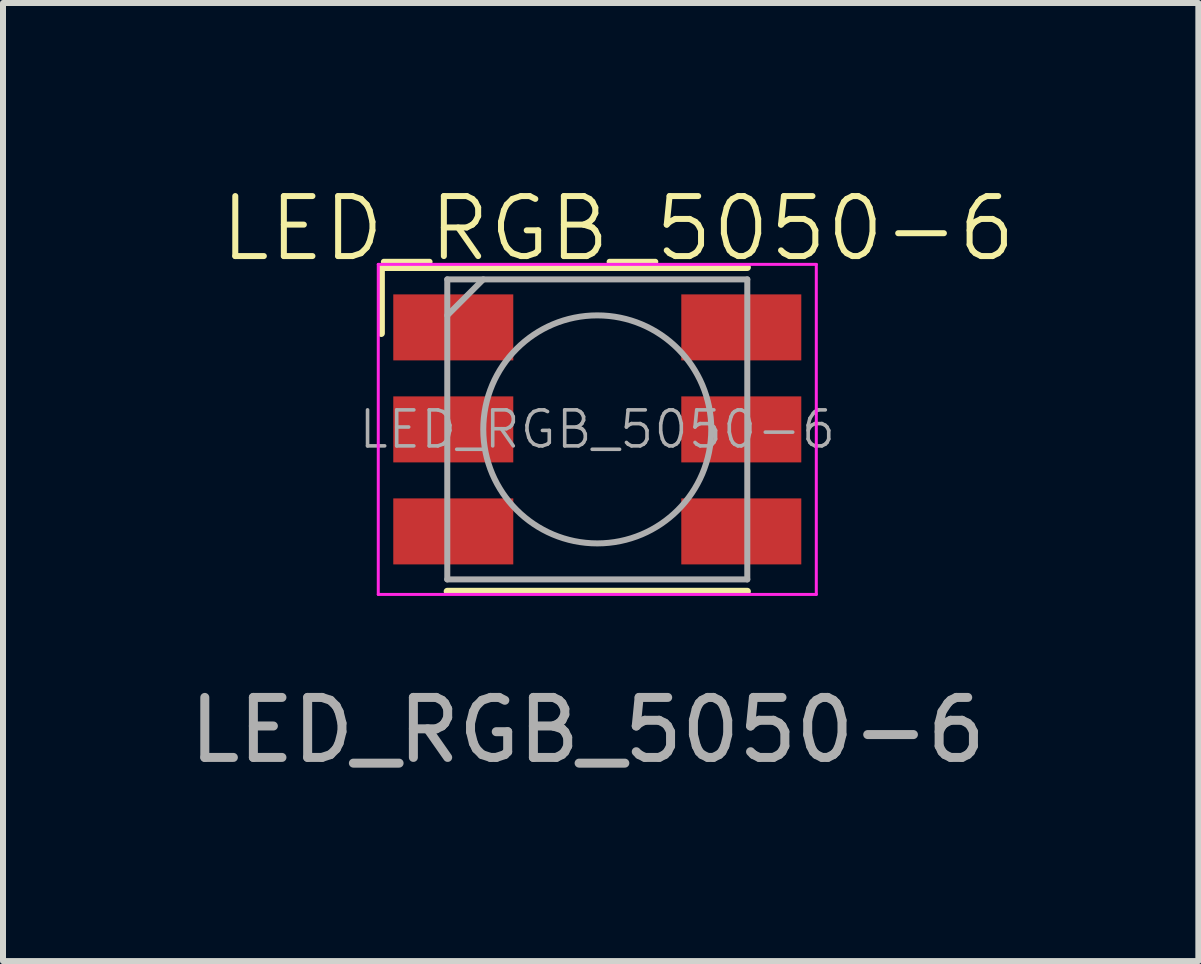
<source format=kicad_pcb>
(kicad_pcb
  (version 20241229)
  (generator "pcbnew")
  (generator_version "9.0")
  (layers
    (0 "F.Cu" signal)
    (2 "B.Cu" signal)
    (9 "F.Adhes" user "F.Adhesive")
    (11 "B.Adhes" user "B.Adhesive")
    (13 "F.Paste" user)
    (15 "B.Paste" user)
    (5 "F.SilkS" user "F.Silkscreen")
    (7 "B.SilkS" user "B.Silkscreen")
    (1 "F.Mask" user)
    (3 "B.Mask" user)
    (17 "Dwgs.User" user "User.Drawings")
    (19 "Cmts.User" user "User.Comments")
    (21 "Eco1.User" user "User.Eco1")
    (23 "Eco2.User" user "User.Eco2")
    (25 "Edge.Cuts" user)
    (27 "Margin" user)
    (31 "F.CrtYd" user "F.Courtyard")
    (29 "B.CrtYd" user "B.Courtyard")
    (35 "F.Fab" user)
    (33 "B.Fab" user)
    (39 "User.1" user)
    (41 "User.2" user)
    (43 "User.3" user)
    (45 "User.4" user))
  (footprint "LED_RGB_5050-6"
    (layer "F.Cu")
    (at 6.744 4.062)
    (property "Reference" "LED_RGB_5050-6" (at 0.508 -3.302 0) (unlocked yes) (layer "F.SilkS") (effects (font (size 1 1) (thickness 0.1))))
    (attr smd)
    (fp_line (start -3.44 -2.656) (end 2.66 -2.656) (stroke (width 0.12) (type solid)) (layer "F.SilkS"))
    (fp_line (start -3.44 -1.556) (end -3.44 -2.656) (stroke (width 0.12) (type solid)) (layer "F.SilkS"))
    (fp_line (start 2.66 2.744) (end -2.34 2.744) (stroke (width 0.12) (type solid)) (layer "F.SilkS"))
    (fp_line (start -3.49 -2.706) (end -3.49 2.794) (stroke (width 0.05) (type solid)) (layer "F.CrtYd"))
    (fp_line (start -3.49 2.794) (end 3.81 2.794) (stroke (width 0.05) (type solid)) (layer "F.CrtYd"))
    (fp_line (start 3.81 -2.706) (end -3.49 -2.706) (stroke (width 0.05) (type solid)) (layer "F.CrtYd"))
    (fp_line (start 3.81 2.794) (end 3.81 -2.706) (stroke (width 0.05) (type solid)) (layer "F.CrtYd"))
    (fp_line (start -2.34 -2.456) (end -2.34 2.544) (stroke (width 0.1) (type solid)) (layer "F.Fab"))
    (fp_line (start -2.34 -1.856) (end -1.74 -2.456) (stroke (width 0.1) (type solid)) (layer "F.Fab"))
    (fp_line (start -2.34 2.544) (end 2.66 2.544) (stroke (width 0.1) (type solid)) (layer "F.Fab"))
    (fp_line (start 2.66 -2.456) (end -2.34 -2.456) (stroke (width 0.1) (type solid)) (layer "F.Fab"))
    (fp_line (start 2.66 2.544) (end 2.66 -2.456) (stroke (width 0.1) (type solid)) (layer "F.Fab"))
    (fp_circle (center 0.16 0.044) (end 0.16 -1.856) (stroke (width 0.1) (type solid)) (fill no) (layer "F.Fab"))
    (fp_text user "${REFERENCE}" (at 0.16 0.044 0) (layer "F.Fab") (effects (font (size 0.6 0.6) (thickness 0.06))))
    (fp_text user "${REFERENCE}" (at 0 5.056 0) (unlocked yes) (layer "F.Fab") (effects (font (size 1 1) (thickness 0.15))))
    (pad "1" smd rect (at 2.56 -1.656 90) (size 1.1 2) (layers "F.Cu" "F.Mask" "F.Paste"))
    (pad "1" smd rect (at 2.56 0.044 90) (size 1.1 2) (layers "F.Cu" "F.Mask" "F.Paste"))
    (pad "1" smd rect (at 2.56 1.744 90) (size 1.1 2) (layers "F.Cu" "F.Mask" "F.Paste"))
    (pad "2" smd rect (at -2.24 0.044 90) (size 1.1 2) (layers "F.Cu" "F.Mask" "F.Paste"))
    (pad "3" smd rect (at -2.24 -1.656 90) (size 1.1 2) (layers "F.Cu" "F.Mask" "F.Paste"))
    (pad "4" smd rect (at -2.24 1.744 90) (size 1.1 2) (layers "F.Cu" "F.Mask" "F.Paste")))
  (gr_rect
    (start -3 -3)
    (end 16.921 12.967)
    (stroke (width 0.1) (type default))
    (fill no)
    (layer "Edge.Cuts")))
</source>
